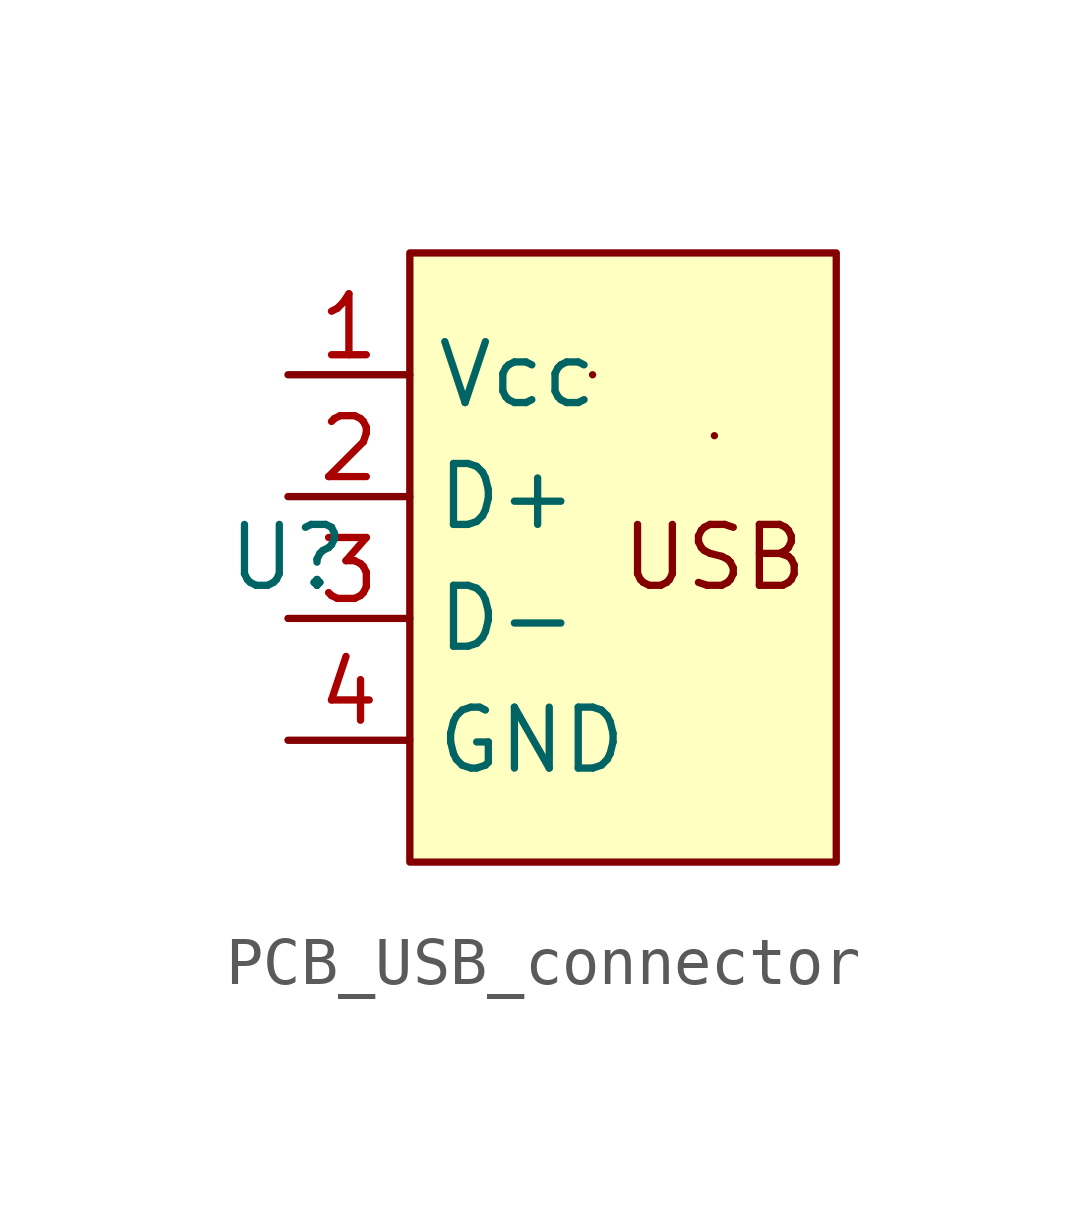
<source format=kicad_sym>
(kicad_symbol_lib
  (version 20220914)
  (generator kicad_symbol_editor)
  (symbol "PCB_USB_connector"
    (property "Reference" "U"
      (at 0 0 0)
      (effects (font (size 1.27 1.27))))
    (property "Value" ""
      (at 0 0 0)
      (effects (font (size 1.27 1.27))))
    (symbol "PCB_USB_connector_0_1"
      (rectangle (start 2.54 6.35) (end 11.43 -6.35) (stroke (width 0) (type default)) (fill (type background)))
      (rectangle (start 6.35 3.81) (end 6.35 3.81) (stroke (width 0) (type default)) (fill (type none)))
      (rectangle (start 8.89 2.54) (end 8.89 2.54) (stroke (width 0) (type default)) (fill (type none)))
      (text "USB\n" (at 8.89 0 0) (effects (font (size 1.27 1.27)))))
    (symbol "PCB_USB_connector_1_1"
      (pin power_in line (at 0 3.81 0) (length 2.54) (name "Vcc" (effects (font (size 1.27 1.27)))) (number "1" (effects (font (size 1.27 1.27)))))
      (pin bidirectional line (at 0 1.27 0) (length 2.54) (name "D+" (effects (font (size 1.27 1.27)))) (number "2" (effects (font (size 1.27 1.27)))))
      (pin bidirectional line (at 0 -1.27 0) (length 2.54) (name "D-" (effects (font (size 1.27 1.27)))) (number "3" (effects (font (size 1.27 1.27)))))
      (pin power_in line (at 0 -3.81 0) (length 2.54) (name "GND" (effects (font (size 1.27 1.27)))) (number "4" (effects (font (size 1.27 1.27))))))))
</source>
